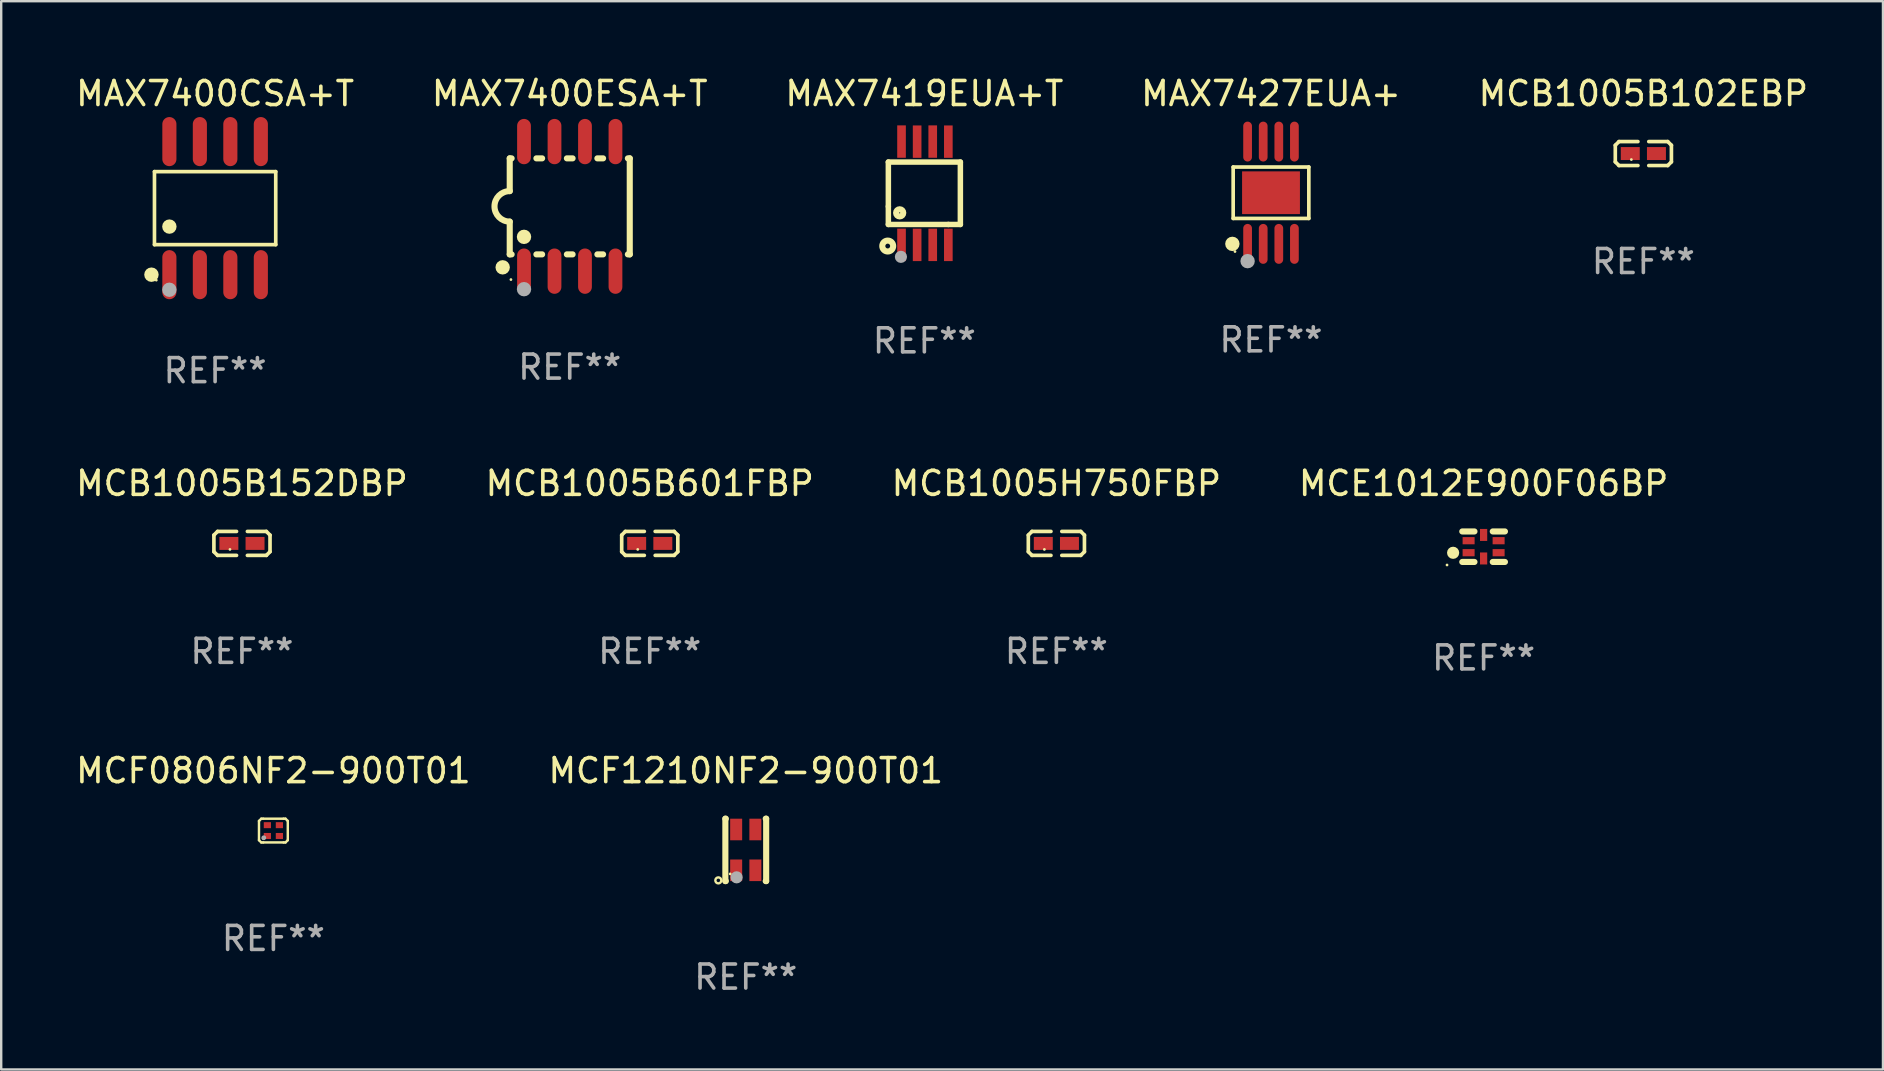
<source format=kicad_pcb>
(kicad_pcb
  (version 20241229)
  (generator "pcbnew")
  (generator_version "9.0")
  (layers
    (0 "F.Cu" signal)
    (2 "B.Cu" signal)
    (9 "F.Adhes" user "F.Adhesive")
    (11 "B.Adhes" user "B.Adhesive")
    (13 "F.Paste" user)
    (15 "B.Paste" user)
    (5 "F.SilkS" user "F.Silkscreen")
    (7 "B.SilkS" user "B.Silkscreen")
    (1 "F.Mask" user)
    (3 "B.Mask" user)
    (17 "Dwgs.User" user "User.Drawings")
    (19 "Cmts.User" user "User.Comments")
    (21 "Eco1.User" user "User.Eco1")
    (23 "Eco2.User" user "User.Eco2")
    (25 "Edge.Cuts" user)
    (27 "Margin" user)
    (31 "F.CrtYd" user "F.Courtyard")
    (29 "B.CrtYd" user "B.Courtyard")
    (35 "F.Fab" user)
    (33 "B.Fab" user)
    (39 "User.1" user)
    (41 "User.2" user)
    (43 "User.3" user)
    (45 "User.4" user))
  (footprint "MCF0806NF2-900T01"
    (layer "F.Cu")
    (at 8.339 31.551)
    (property "Reference" "MCF0806NF2-900T01" (at 0 -2.495 0) (layer "F.SilkS") (effects (font (size 1 1) (thickness 0.15))))
    (attr through_hole)
    (fp_line (start -0.6 0.4) (end -0.6 -0.4) (stroke (width 0.102) (type solid)) (layer "F.SilkS"))
    (fp_line (start -0.505 -0.495) (end -0.6 -0.4) (stroke (width 0.102) (type solid)) (layer "F.SilkS"))
    (fp_line (start -0.505 0.495) (end -0.6 0.4) (stroke (width 0.102) (type solid)) (layer "F.SilkS"))
    (fp_line (start -0.425 -0.495) (end -0.505 -0.495) (stroke (width 0.102) (type solid)) (layer "F.SilkS"))
    (fp_line (start -0.425 -0.495) (end 0.425 -0.495) (stroke (width 0.102) (type solid)) (layer "F.SilkS"))
    (fp_line (start -0.425 0.495) (end -0.505 0.495) (stroke (width 0.102) (type solid)) (layer "F.SilkS"))
    (fp_line (start -0.425 0.495) (end 0.425 0.495) (stroke (width 0.102) (type solid)) (layer "F.SilkS"))
    (fp_line (start 0.425 -0.495) (end 0.505 -0.495) (stroke (width 0.102) (type solid)) (layer "F.SilkS"))
    (fp_line (start 0.425 0.495) (end 0.505 0.495) (stroke (width 0.102) (type solid)) (layer "F.SilkS"))
    (fp_line (start 0.505 -0.495) (end 0.6 -0.4) (stroke (width 0.102) (type solid)) (layer "F.SilkS"))
    (fp_line (start 0.505 0.495) (end 0.6 0.4) (stroke (width 0.102) (type solid)) (layer "F.SilkS"))
    (fp_line (start 0.6 0.4) (end 0.6 -0.4) (stroke (width 0.102) (type solid)) (layer "F.SilkS"))
    (fp_circle (center -0.425 0.325) (end -0.395 0.325) (stroke (width 0.06) (type solid)) (fill no) (layer "F.SilkS"))
    (fp_circle (center -0.4 0.3) (end -0.35 0.3) (stroke (width 0.1) (type solid)) (fill no) (layer "F.Fab"))
    (fp_text user "REF**" (at 0 4.495 0) (layer "F.Fab") (effects (font (size 1 1) (thickness 0.15))))
    (pad "1" smd rect (at -0.25 0.225 90) (size 0.25 0.3) (layers "F.Cu" "F.Mask" "F.Paste"))
    (pad "2" smd rect (at -0.25 -0.225 90) (size 0.25 0.3) (layers "F.Cu" "F.Mask" "F.Paste"))
    (pad "3" smd rect (at 0.25 -0.225 90) (size 0.25 0.3) (layers "F.Cu" "F.Mask" "F.Paste"))
    (pad "4" smd rect (at 0.25 0.225 90) (size 0.25 0.3) (layers "F.Cu" "F.Mask" "F.Paste")))
  (footprint "MCB1005H750FBP"
    (layer "F.Cu")
    (at 40.958 19.588)
    (property "Reference" "MCB1005H750FBP" (at 0 -2.499 0) (layer "F.SilkS") (effects (font (size 1 1) (thickness 0.15))))
    (attr through_hole)
    (fp_line (start -1.169 -0.346) (end -1.016 -0.499) (stroke (width 0.152) (type solid)) (layer "F.SilkS"))
    (fp_line (start -1.169 0.346) (end -1.169 -0.346) (stroke (width 0.152) (type solid)) (layer "F.SilkS"))
    (fp_line (start -1.016 -0.499) (end -0.226 -0.499) (stroke (width 0.152) (type solid)) (layer "F.SilkS"))
    (fp_line (start -1.016 0.499) (end -1.169 0.346) (stroke (width 0.152) (type solid)) (layer "F.SilkS"))
    (fp_line (start -0.226 0.499) (end -1.016 0.499) (stroke (width 0.152) (type solid)) (layer "F.SilkS"))
    (fp_line (start 0.226 0.499) (end 1.016 0.499) (stroke (width 0.152) (type solid)) (layer "F.SilkS"))
    (fp_line (start 1.016 -0.499) (end 0.226 -0.499) (stroke (width 0.152) (type solid)) (layer "F.SilkS"))
    (fp_line (start 1.016 0.499) (end 1.169 0.346) (stroke (width 0.152) (type solid)) (layer "F.SilkS"))
    (fp_line (start 1.169 -0.346) (end 1.016 -0.499) (stroke (width 0.152) (type solid)) (layer "F.SilkS"))
    (fp_line (start 1.169 0.346) (end 1.169 -0.346) (stroke (width 0.152) (type solid)) (layer "F.SilkS"))
    (fp_circle (center -0.5 0.25) (end -0.47 0.25) (stroke (width 0.06) (type solid)) (fill no) (layer "F.SilkS"))
    (fp_text user "REF**" (at 0 4.499 0) (layer "F.Fab") (effects (font (size 1 1) (thickness 0.15))))
    (pad "1" smd rect (at -0.545 0) (size 0.79 0.54) (layers "F.Cu" "F.Mask" "F.Paste"))
    (pad "2" smd rect (at 0.545 0) (size 0.79 0.54) (layers "F.Cu" "F.Mask" "F.Paste")))
  (footprint "MCF1210NF2-900T01"
    (layer "F.Cu")
    (at 28.018 32.356)
    (property "Reference" "MCF1210NF2-900T01" (at 0 -3.3 0) (layer "F.SilkS") (effects (font (size 1 1) (thickness 0.15))))
    (attr through_hole)
    (fp_line (start -0.85 1.3) (end -0.85 -1.3) (stroke (width 0.254) (type solid)) (layer "F.SilkS"))
    (fp_line (start -0.831 -1.3) (end -0.85 -1.3) (stroke (width 0.254) (type solid)) (layer "F.SilkS"))
    (fp_line (start -0.831 1.3) (end -0.85 1.3) (stroke (width 0.254) (type solid)) (layer "F.SilkS"))
    (fp_line (start 0.85 -1.3) (end 0.831 -1.3) (stroke (width 0.254) (type solid)) (layer "F.SilkS"))
    (fp_line (start 0.85 1.3) (end 0.831 1.3) (stroke (width 0.254) (type solid)) (layer "F.SilkS"))
    (fp_line (start 0.85 1.3) (end 0.85 -1.3) (stroke (width 0.254) (type solid)) (layer "F.SilkS"))
    (fp_circle (center -1.143 1.27) (end -1.018 1.27) (stroke (width 0.1) (type solid)) (fill no) (layer "F.SilkS"))
    (fp_circle (center -0.65 1) (end -0.62 1) (stroke (width 0.06) (type solid)) (fill no) (layer "F.SilkS"))
    (fp_circle (center -0.381 1.143) (end -0.254 1.143) (stroke (width 0.254) (type solid)) (fill no) (layer "F.Fab"))
    (fp_text user "REF**" (at 0 5.3 0) (layer "F.Fab") (effects (font (size 1 1) (thickness 0.15))))
    (pad "1" smd rect (at -0.4 0.85) (size 0.5 0.9) (layers "F.Cu" "F.Mask" "F.Paste"))
    (pad "2" smd rect (at -0.4 -0.85) (size 0.5 0.9) (layers "F.Cu" "F.Mask" "F.Paste"))
    (pad "3" smd rect (at 0.4 -0.85) (size 0.5 0.9) (layers "F.Cu" "F.Mask" "F.Paste"))
    (pad "4" smd rect (at 0.4 0.85) (size 0.5 0.9) (layers "F.Cu" "F.Mask" "F.Paste")))
  (footprint "MAX7427EUA+"
    (layer "F.Cu")
    (at 49.899 4.979)
    (property "Reference" "MAX7427EUA+" (at 0 -4.131 0) (layer "F.SilkS") (effects (font (size 1 1) (thickness 0.15))))
    (attr through_hole)
    (fp_line (start -1.576 -1.071) (end 1.576 -1.071) (stroke (width 0.152) (type solid)) (layer "F.SilkS"))
    (fp_line (start -1.576 1.071) (end -1.576 -1.071) (stroke (width 0.152) (type solid)) (layer "F.SilkS"))
    (fp_line (start 1.576 -1.071) (end 1.576 1.071) (stroke (width 0.152) (type solid)) (layer "F.SilkS"))
    (fp_line (start 1.576 1.071) (end -1.576 1.071) (stroke (width 0.152) (type solid)) (layer "F.SilkS"))
    (fp_circle (center -1.609 2.131) (end -1.459 2.131) (stroke (width 0.3) (type solid)) (fill no) (layer "F.SilkS"))
    (fp_circle (center -1.5 2.45) (end -1.47 2.45) (stroke (width 0.06) (type solid)) (fill no) (layer "F.SilkS"))
    (fp_circle (center -0.975 2.85) (end -0.825 2.85) (stroke (width 0.3) (type solid)) (fill no) (layer "F.Fab"))
    (fp_text user "REF**" (at 0 6.131 0) (layer "F.Fab") (effects (font (size 1 1) (thickness 0.15))))
    (pad "1" smd oval (at -0.975 2.131) (size 0.364 1.662) (layers "F.Cu" "F.Mask" "F.Paste"))
    (pad "2" smd oval (at -0.325 2.131) (size 0.364 1.662) (layers "F.Cu" "F.Mask" "F.Paste"))
    (pad "3" smd oval (at 0.325 2.131) (size 0.364 1.662) (layers "F.Cu" "F.Mask" "F.Paste"))
    (pad "4" smd oval (at 0.975 2.131) (size 0.364 1.662) (layers "F.Cu" "F.Mask" "F.Paste"))
    (pad "5" smd oval (at 0.975 -2.131) (size 0.364 1.662) (layers "F.Cu" "F.Mask" "F.Paste"))
    (pad "6" smd oval (at 0.325 -2.131) (size 0.364 1.662) (layers "F.Cu" "F.Mask" "F.Paste"))
    (pad "7" smd oval (at -0.325 -2.131) (size 0.364 1.662) (layers "F.Cu" "F.Mask" "F.Paste"))
    (pad "8" smd oval (at -0.975 -2.131) (size 0.364 1.662) (layers "F.Cu" "F.Mask" "F.Paste"))
    (pad "9" smd rect (at 0 0) (size 2.41 1.78) (layers "F.Cu" "F.Mask" "F.Paste")))
  (footprint "MAX7400CSA+T"
    (layer "F.Cu")
    (at 5.911 5.621)
    (property "Reference" "MAX7400CSA+T" (at 0 -4.772 0) (layer "F.SilkS") (effects (font (size 1 1) (thickness 0.15))))
    (attr through_hole)
    (fp_line (start -2.526 -1.521) (end 2.526 -1.521) (stroke (width 0.152) (type solid)) (layer "F.SilkS"))
    (fp_line (start -2.526 1.521) (end -2.526 -1.521) (stroke (width 0.152) (type solid)) (layer "F.SilkS"))
    (fp_line (start 2.526 -1.521) (end 2.526 1.521) (stroke (width 0.152) (type solid)) (layer "F.SilkS"))
    (fp_line (start 2.526 1.521) (end -2.526 1.521) (stroke (width 0.152) (type solid)) (layer "F.SilkS"))
    (fp_circle (center -2.652 2.772) (end -2.501 2.772) (stroke (width 0.3) (type solid)) (fill no) (layer "F.SilkS"))
    (fp_circle (center -2.45 3) (end -2.42 3) (stroke (width 0.06) (type solid)) (fill no) (layer "F.SilkS"))
    (fp_circle (center -1.905 0.769) (end -1.755 0.769) (stroke (width 0.3) (type solid)) (fill no) (layer "F.SilkS"))
    (fp_circle (center -1.905 3.4) (end -1.755 3.4) (stroke (width 0.3) (type solid)) (fill no) (layer "F.Fab"))
    (fp_text user "REF**" (at 0 6.772 0) (layer "F.Fab") (effects (font (size 1 1) (thickness 0.15))))
    (pad "1" smd oval (at -1.905 2.772) (size 0.588 2.045) (layers "F.Cu" "F.Mask" "F.Paste"))
    (pad "2" smd oval (at -0.635 2.772) (size 0.588 2.045) (layers "F.Cu" "F.Mask" "F.Paste"))
    (pad "3" smd oval (at 0.635 2.772) (size 0.588 2.045) (layers "F.Cu" "F.Mask" "F.Paste"))
    (pad "4" smd oval (at 1.905 2.772) (size 0.588 2.045) (layers "F.Cu" "F.Mask" "F.Paste"))
    (pad "5" smd oval (at 1.905 -2.772) (size 0.588 2.045) (layers "F.Cu" "F.Mask" "F.Paste"))
    (pad "6" smd oval (at 0.635 -2.772) (size 0.588 2.045) (layers "F.Cu" "F.Mask" "F.Paste"))
    (pad "7" smd oval (at -0.635 -2.772) (size 0.588 2.045) (layers "F.Cu" "F.Mask" "F.Paste"))
    (pad "8" smd oval (at -1.905 -2.772) (size 0.588 2.045) (layers "F.Cu" "F.Mask" "F.Paste")))
  (footprint "MAX7400ESA+T"
    (layer "F.Cu")
    (at 20.685 5.547)
    (property "Reference" "MAX7400ESA+T" (at 0 -4.699 0) (layer "F.SilkS") (effects (font (size 1 1) (thickness 0.15))))
    (attr through_hole)
    (fp_line (start -2.5 -2) (end -2.5 -0.635) (stroke (width 0.254) (type solid)) (layer "F.SilkS"))
    (fp_line (start -2.5 -2) (end -2.421 -2) (stroke (width 0.254) (type solid)) (layer "F.SilkS"))
    (fp_line (start -2.5 2) (end -2.5 0.635) (stroke (width 0.254) (type solid)) (layer "F.SilkS"))
    (fp_line (start -2.5 2) (end -2.421 2) (stroke (width 0.254) (type solid)) (layer "F.SilkS"))
    (fp_line (start -1.389 -2) (end -1.151 -2) (stroke (width 0.254) (type solid)) (layer "F.SilkS"))
    (fp_line (start -1.389 2) (end -1.151 2) (stroke (width 0.254) (type solid)) (layer "F.SilkS"))
    (fp_line (start -0.119 -2) (end 0.119 -2) (stroke (width 0.254) (type solid)) (layer "F.SilkS"))
    (fp_line (start -0.119 2) (end 0.119 2) (stroke (width 0.254) (type solid)) (layer "F.SilkS"))
    (fp_line (start 1.151 -2) (end 1.389 -2) (stroke (width 0.254) (type solid)) (layer "F.SilkS"))
    (fp_line (start 1.151 2) (end 1.389 2) (stroke (width 0.254) (type solid)) (layer "F.SilkS"))
    (fp_line (start 2.421 -2) (end 2.5 -2) (stroke (width 0.254) (type solid)) (layer "F.SilkS"))
    (fp_line (start 2.421 2) (end 2.5 2) (stroke (width 0.254) (type solid)) (layer "F.SilkS"))
    (fp_line (start 2.5 -2) (end 2.5 2) (stroke (width 0.254) (type solid)) (layer "F.SilkS"))
    (fp_arc (start -2.5 0.635001) (mid -3.134366 -0.000318) (end -2.499365 -0.635001) (stroke (width 0.254001) (type solid)) (layer "F.SilkS"))
    (fp_circle (center -2.794 2.54) (end -2.644 2.54) (stroke (width 0.3) (type solid)) (fill no) (layer "F.SilkS"))
    (fp_circle (center -2.45 3.05) (end -2.42 3.05) (stroke (width 0.06) (type solid)) (fill no) (layer "F.SilkS"))
    (fp_circle (center -1.905 1.27) (end -1.755 1.27) (stroke (width 0.3) (type solid)) (fill no) (layer "F.SilkS"))
    (fp_circle (center -1.905 3.45) (end -1.755 3.45) (stroke (width 0.3) (type solid)) (fill no) (layer "F.Fab"))
    (fp_text user "REF**" (at 0 6.699 0) (layer "F.Fab") (effects (font (size 1 1) (thickness 0.15))))
    (pad "1" smd oval (at -1.905 2.699) (size 0.574 1.888) (layers "F.Cu" "F.Mask" "F.Paste"))
    (pad "2" smd oval (at -0.635 2.699) (size 0.574 1.888) (layers "F.Cu" "F.Mask" "F.Paste"))
    (pad "3" smd oval (at 0.635 2.699) (size 0.574 1.888) (layers "F.Cu" "F.Mask" "F.Paste"))
    (pad "4" smd oval (at 1.905 2.699) (size 0.574 1.888) (layers "F.Cu" "F.Mask" "F.Paste"))
    (pad "5" smd oval (at 1.905 -2.699) (size 0.574 1.888) (layers "F.Cu" "F.Mask" "F.Paste"))
    (pad "6" smd oval (at 0.635 -2.699) (size 0.574 1.888) (layers "F.Cu" "F.Mask" "F.Paste"))
    (pad "7" smd oval (at -0.635 -2.699) (size 0.574 1.888) (layers "F.Cu" "F.Mask" "F.Paste"))
    (pad "8" smd oval (at -1.905 -2.699) (size 0.574 1.888) (layers "F.Cu" "F.Mask" "F.Paste")))
  (footprint "MCB1005B102EBP"
    (layer "F.Cu")
    (at 65.411 3.347)
    (property "Reference" "MCB1005B102EBP" (at 0 -2.499 0) (layer "F.SilkS") (effects (font (size 1 1) (thickness 0.15))))
    (attr through_hole)
    (fp_line (start -1.169 -0.346) (end -1.016 -0.499) (stroke (width 0.152) (type solid)) (layer "F.SilkS"))
    (fp_line (start -1.169 0.346) (end -1.169 -0.346) (stroke (width 0.152) (type solid)) (layer "F.SilkS"))
    (fp_line (start -1.016 -0.499) (end -0.226 -0.499) (stroke (width 0.152) (type solid)) (layer "F.SilkS"))
    (fp_line (start -1.016 0.499) (end -1.169 0.346) (stroke (width 0.152) (type solid)) (layer "F.SilkS"))
    (fp_line (start -0.226 0.499) (end -1.016 0.499) (stroke (width 0.152) (type solid)) (layer "F.SilkS"))
    (fp_line (start 0.226 0.499) (end 1.016 0.499) (stroke (width 0.152) (type solid)) (layer "F.SilkS"))
    (fp_line (start 1.016 -0.499) (end 0.226 -0.499) (stroke (width 0.152) (type solid)) (layer "F.SilkS"))
    (fp_line (start 1.016 0.499) (end 1.169 0.346) (stroke (width 0.152) (type solid)) (layer "F.SilkS"))
    (fp_line (start 1.169 -0.346) (end 1.016 -0.499) (stroke (width 0.152) (type solid)) (layer "F.SilkS"))
    (fp_line (start 1.169 0.346) (end 1.169 -0.346) (stroke (width 0.152) (type solid)) (layer "F.SilkS"))
    (fp_circle (center -0.5 0.25) (end -0.47 0.25) (stroke (width 0.06) (type solid)) (fill no) (layer "F.SilkS"))
    (fp_text user "REF**" (at 0 4.499 0) (layer "F.Fab") (effects (font (size 1 1) (thickness 0.15))))
    (pad "1" smd rect (at -0.545 0) (size 0.79 0.54) (layers "F.Cu" "F.Mask" "F.Paste"))
    (pad "2" smd rect (at 0.545 0) (size 0.79 0.54) (layers "F.Cu" "F.Mask" "F.Paste")))
  (footprint "MAX7419EUA+T"
    (layer "F.Cu")
    (at 35.458 5)
    (property "Reference" "MAX7419EUA+T" (at 0 -4.152 0) (layer "F.SilkS") (effects (font (size 1 1) (thickness 0.15))))
    (attr through_hole)
    (fp_line (start -1.5 1.301) (end 1 1.301) (stroke (width 0.229) (type solid)) (layer "F.SilkS"))
    (fp_line (start -1.5 -1.299) (end -1.5 0.551) (stroke (width 0.229) (type solid)) (layer "F.SilkS"))
    (fp_line (start -1.5 0.551) (end -1.5 1.301) (stroke (width 0.229) (type solid)) (layer "F.SilkS"))
    (fp_line (start 1 1.301) (end 1.5 1.301) (stroke (width 0.229) (type solid)) (layer "F.SilkS"))
    (fp_line (start 1.5 1.301) (end 1.5 -1.299) (stroke (width 0.229) (type solid)) (layer "F.SilkS"))
    (fp_line (start 1.5 -1.299) (end -1.5 -1.299) (stroke (width 0.229) (type solid)) (layer "F.SilkS"))
    (fp_circle (center -1.526 2.2) (end -1.426 2.2) (stroke (width 0.254) (type solid)) (fill no) (layer "F.SilkS"))
    (fp_circle (center -1.476 2.45) (end -1.446 2.45) (stroke (width 0.06) (type solid)) (fill no) (layer "F.SilkS"))
    (fp_circle (center -1.028 0.817) (end -0.878 0.817) (stroke (width 0.254) (type solid)) (fill no) (layer "F.SilkS"))
    (fp_circle (center -0.976 2.65) (end -0.849 2.65) (stroke (width 0.254) (type solid)) (fill no) (layer "F.Fab"))
    (fp_text user "REF**" (at 0 6.152 0) (layer "F.Fab") (effects (font (size 1 1) (thickness 0.15))))
    (pad "1" smd rect (at -0.951 2.15) (size 0.36 1.35) (layers "F.Cu" "F.Mask" "F.Paste"))
    (pad "2" smd rect (at -0.301 2.152) (size 0.36 1.35) (layers "F.Cu" "F.Mask" "F.Paste"))
    (pad "3" smd rect (at 0.349 2.151) (size 0.36 1.35) (layers "F.Cu" "F.Mask" "F.Paste"))
    (pad "4" smd rect (at 0.999 2.152) (size 0.36 1.35) (layers "F.Cu" "F.Mask" "F.Paste"))
    (pad "5" smd rect (at 0.999 -2.149) (size 0.36 1.35) (layers "F.Cu" "F.Mask" "F.Paste"))
    (pad "6" smd rect (at 0.349 -2.152) (size 0.36 1.35) (layers "F.Cu" "F.Mask" "F.Paste"))
    (pad "7" smd rect (at -0.301 -2.149) (size 0.36 1.35) (layers "F.Cu" "F.Mask" "F.Paste"))
    (pad "8" smd rect (at -0.951 -2.152) (size 0.36 1.35) (layers "F.Cu" "F.Mask" "F.Paste")))
  (footprint "MCE1012E900F06BP"
    (layer "F.Cu")
    (at 58.756 19.725)
    (property "Reference" "MCE1012E900F06BP" (at 0 -2.635 0) (layer "F.SilkS") (effects (font (size 1 1) (thickness 0.15))))
    (attr through_hole)
    (fp_line (start -0.889 -0.635) (end -0.381 -0.635) (stroke (width 0.254) (type solid)) (layer "F.SilkS"))
    (fp_line (start -0.889 0.635) (end -0.381 0.635) (stroke (width 0.254) (type solid)) (layer "F.SilkS"))
    (fp_line (start 0.381 -0.635) (end 0.889 -0.635) (stroke (width 0.254) (type solid)) (layer "F.SilkS"))
    (fp_line (start 0.381 0.635) (end 0.889 0.635) (stroke (width 0.254) (type solid)) (layer "F.SilkS"))
    (fp_circle (center -1.524 0.762) (end -1.494 0.762) (stroke (width 0.06) (type solid)) (fill no) (layer "F.SilkS"))
    (fp_circle (center -1.27 0.254) (end -1.143 0.254) (stroke (width 0.254) (type solid)) (fill no) (layer "F.SilkS"))
    (fp_text user "REF**" (at 0 4.635 0) (layer "F.Fab") (effects (font (size 1 1) (thickness 0.15))))
    (pad "1" smd rect (at -0.625 0.25) (size 0.5 0.3) (layers "F.Cu" "F.Mask" "F.Paste"))
    (pad "2" smd rect (at 0.625 0.25) (size 0.5 0.3) (layers "F.Cu" "F.Mask" "F.Paste"))
    (pad "3" smd rect (at 0.625 -0.25) (size 0.5 0.3) (layers "F.Cu" "F.Mask" "F.Paste"))
    (pad "4" smd rect (at -0.625 -0.25) (size 0.5 0.3) (layers "F.Cu" "F.Mask" "F.Paste"))
    (pad "5" smd rect (at 0 0.49 90) (size 0.5 0.3) (layers "F.Cu" "F.Mask" "F.Paste"))
    (pad "6" smd rect (at 0 -0.49 90) (size 0.5 0.3) (layers "F.Cu" "F.Mask" "F.Paste")))
  (footprint "MCB1005B152DBP"
    (layer "F.Cu")
    (at 7.03 19.588)
    (property "Reference" "MCB1005B152DBP" (at 0 -2.499 0) (layer "F.SilkS") (effects (font (size 1 1) (thickness 0.15))))
    (attr through_hole)
    (fp_line (start -1.169 -0.346) (end -1.016 -0.499) (stroke (width 0.152) (type solid)) (layer "F.SilkS"))
    (fp_line (start -1.169 0.346) (end -1.169 -0.346) (stroke (width 0.152) (type solid)) (layer "F.SilkS"))
    (fp_line (start -1.016 -0.499) (end -0.226 -0.499) (stroke (width 0.152) (type solid)) (layer "F.SilkS"))
    (fp_line (start -1.016 0.499) (end -1.169 0.346) (stroke (width 0.152) (type solid)) (layer "F.SilkS"))
    (fp_line (start -0.226 0.499) (end -1.016 0.499) (stroke (width 0.152) (type solid)) (layer "F.SilkS"))
    (fp_line (start 0.226 0.499) (end 1.016 0.499) (stroke (width 0.152) (type solid)) (layer "F.SilkS"))
    (fp_line (start 1.016 -0.499) (end 0.226 -0.499) (stroke (width 0.152) (type solid)) (layer "F.SilkS"))
    (fp_line (start 1.016 0.499) (end 1.169 0.346) (stroke (width 0.152) (type solid)) (layer "F.SilkS"))
    (fp_line (start 1.169 -0.346) (end 1.016 -0.499) (stroke (width 0.152) (type solid)) (layer "F.SilkS"))
    (fp_line (start 1.169 0.346) (end 1.169 -0.346) (stroke (width 0.152) (type solid)) (layer "F.SilkS"))
    (fp_circle (center -0.5 0.25) (end -0.47 0.25) (stroke (width 0.06) (type solid)) (fill no) (layer "F.SilkS"))
    (fp_text user "REF**" (at 0 4.499 0) (layer "F.Fab") (effects (font (size 1 1) (thickness 0.15))))
    (pad "1" smd rect (at -0.545 0) (size 0.79 0.54) (layers "F.Cu" "F.Mask" "F.Paste"))
    (pad "2" smd rect (at 0.545 0) (size 0.79 0.54) (layers "F.Cu" "F.Mask" "F.Paste")))
  (footprint "MCB1005B601FBP"
    (layer "F.Cu")
    (at 24.018 19.588)
    (property "Reference" "MCB1005B601FBP" (at 0 -2.499 0) (layer "F.SilkS") (effects (font (size 1 1) (thickness 0.15))))
    (attr through_hole)
    (fp_line (start -1.169 -0.346) (end -1.016 -0.499) (stroke (width 0.152) (type solid)) (layer "F.SilkS"))
    (fp_line (start -1.169 0.346) (end -1.169 -0.346) (stroke (width 0.152) (type solid)) (layer "F.SilkS"))
    (fp_line (start -1.016 -0.499) (end -0.226 -0.499) (stroke (width 0.152) (type solid)) (layer "F.SilkS"))
    (fp_line (start -1.016 0.499) (end -1.169 0.346) (stroke (width 0.152) (type solid)) (layer "F.SilkS"))
    (fp_line (start -0.226 0.499) (end -1.016 0.499) (stroke (width 0.152) (type solid)) (layer "F.SilkS"))
    (fp_line (start 0.226 0.499) (end 1.016 0.499) (stroke (width 0.152) (type solid)) (layer "F.SilkS"))
    (fp_line (start 1.016 -0.499) (end 0.226 -0.499) (stroke (width 0.152) (type solid)) (layer "F.SilkS"))
    (fp_line (start 1.016 0.499) (end 1.169 0.346) (stroke (width 0.152) (type solid)) (layer "F.SilkS"))
    (fp_line (start 1.169 -0.346) (end 1.016 -0.499) (stroke (width 0.152) (type solid)) (layer "F.SilkS"))
    (fp_line (start 1.169 0.346) (end 1.169 -0.346) (stroke (width 0.152) (type solid)) (layer "F.SilkS"))
    (fp_circle (center -0.5 0.25) (end -0.47 0.25) (stroke (width 0.06) (type solid)) (fill no) (layer "F.SilkS"))
    (fp_text user "REF**" (at 0 4.499 0) (layer "F.Fab") (effects (font (size 1 1) (thickness 0.15))))
    (pad "1" smd rect (at -0.545 0) (size 0.79 0.54) (layers "F.Cu" "F.Mask" "F.Paste"))
    (pad "2" smd rect (at 0.545 0) (size 0.79 0.54) (layers "F.Cu" "F.Mask" "F.Paste")))
  (gr_rect
    (start -3 -3)
    (end 75.393 41.504)
    (stroke (width 0.1) (type default))
    (fill no)
    (layer "Edge.Cuts")))
</source>
